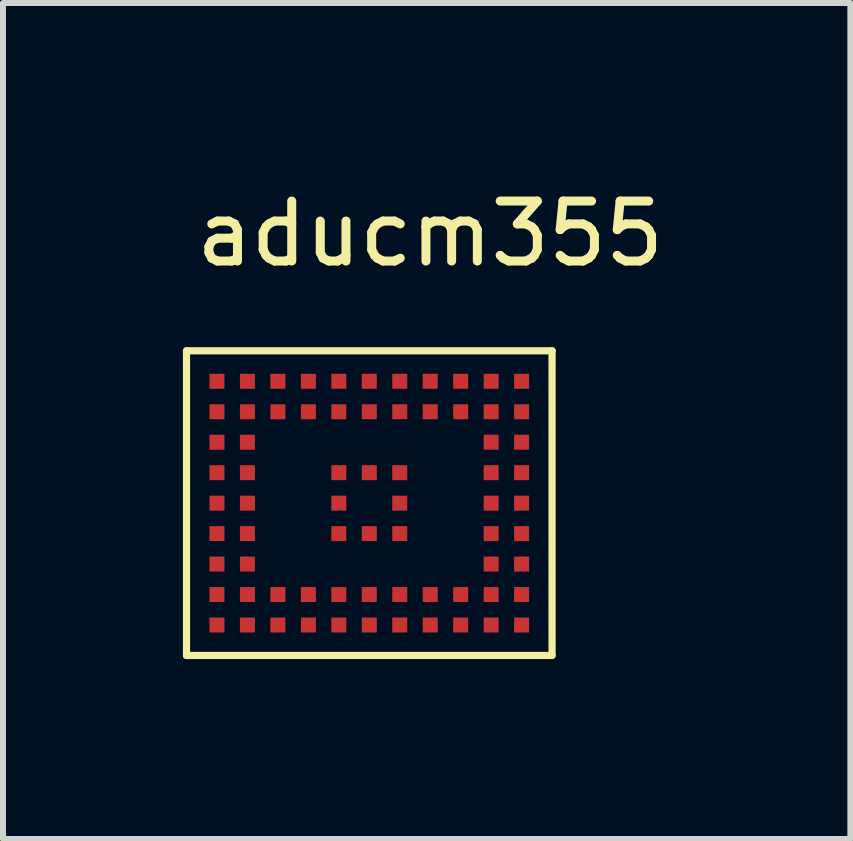
<source format=kicad_pcb>
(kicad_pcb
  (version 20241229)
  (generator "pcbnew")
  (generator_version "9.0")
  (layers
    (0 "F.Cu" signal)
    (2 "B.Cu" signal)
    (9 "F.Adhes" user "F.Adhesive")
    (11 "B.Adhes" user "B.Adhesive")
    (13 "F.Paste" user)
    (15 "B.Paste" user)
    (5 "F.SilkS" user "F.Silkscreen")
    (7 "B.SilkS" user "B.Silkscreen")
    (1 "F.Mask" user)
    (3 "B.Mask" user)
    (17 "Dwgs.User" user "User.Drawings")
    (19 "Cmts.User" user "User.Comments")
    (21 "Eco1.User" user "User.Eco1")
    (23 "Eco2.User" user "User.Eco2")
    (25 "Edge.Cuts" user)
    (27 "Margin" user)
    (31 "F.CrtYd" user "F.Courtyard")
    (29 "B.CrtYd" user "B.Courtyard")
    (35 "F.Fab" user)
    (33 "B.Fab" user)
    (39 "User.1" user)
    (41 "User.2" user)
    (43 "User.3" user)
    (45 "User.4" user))
  (footprint "aducm355"
    (layer "F.Cu")
    (at 4.124 5.848)
    (property "Reference" "aducm355" (at 0 -5 0) (layer "F.SilkS") (effects (font (size 1 1) (thickness 0.15))))
    (attr through_hole)
    (fp_line (start -4.064 -3.048) (end 2.032 -3.048) (stroke (width 0.12) (type solid)) (layer "F.SilkS"))
    (fp_line (start -4.064 2.032) (end -4.064 -3.048) (stroke (width 0.12) (type solid)) (layer "F.SilkS"))
    (fp_line (start 2.032 -3.048) (end 2.032 2.032) (stroke (width 0.12) (type solid)) (layer "F.SilkS"))
    (fp_line (start 2.032 2.032) (end -4.064 2.032) (stroke (width 0.12) (type solid)) (layer "F.SilkS"))
    (pad "A1" smd rect (at -3.556 -2.54) (size 0.25 0.25) (layers "F.Cu" "F.Mask" "F.Paste"))
    (pad "A2" smd rect (at -3.048 -2.54) (size 0.25 0.25) (layers "F.Cu" "F.Mask" "F.Paste"))
    (pad "A3" smd rect (at -2.54 -2.54) (size 0.25 0.25) (layers "F.Cu" "F.Mask" "F.Paste"))
    (pad "A4" smd rect (at -2.032 -2.54) (size 0.25 0.25) (layers "F.Cu" "F.Mask" "F.Paste"))
    (pad "A5" smd rect (at -1.524 -2.54) (size 0.25 0.25) (layers "F.Cu" "F.Mask" "F.Paste"))
    (pad "A6" smd rect (at -1.016 -2.54) (size 0.25 0.25) (layers "F.Cu" "F.Mask" "F.Paste"))
    (pad "A7" smd rect (at -0.508 -2.54) (size 0.25 0.25) (layers "F.Cu" "F.Mask" "F.Paste"))
    (pad "A8" smd rect (at 0 -2.54) (size 0.25 0.25) (layers "F.Cu" "F.Mask" "F.Paste"))
    (pad "A9" smd rect (at 0.508 -2.54) (size 0.25 0.25) (layers "F.Cu" "F.Mask" "F.Paste"))
    (pad "A10" smd rect (at 1.016 -2.54) (size 0.25 0.25) (layers "F.Cu" "F.Mask" "F.Paste"))
    (pad "A11" smd rect (at 1.524 -2.54) (size 0.25 0.25) (layers "F.Cu" "F.Mask" "F.Paste"))
    (pad "B1" smd rect (at -3.556 -2.032) (size 0.25 0.25) (layers "F.Cu" "F.Mask" "F.Paste"))
    (pad "B2" smd rect (at -3.048 -2.032) (size 0.25 0.25) (layers "F.Cu" "F.Mask" "F.Paste"))
    (pad "B3" smd rect (at -2.54 -2.032) (size 0.25 0.25) (layers "F.Cu" "F.Mask" "F.Paste"))
    (pad "B4" smd rect (at -2.032 -2.032) (size 0.25 0.25) (layers "F.Cu" "F.Mask" "F.Paste"))
    (pad "B5" smd rect (at -1.524 -2.032) (size 0.25 0.25) (layers "F.Cu" "F.Mask" "F.Paste"))
    (pad "B6" smd rect (at -1.016 -2.032) (size 0.25 0.25) (layers "F.Cu" "F.Mask" "F.Paste"))
    (pad "B7" smd rect (at -0.508 -2.032) (size 0.25 0.25) (layers "F.Cu" "F.Mask" "F.Paste"))
    (pad "B8" smd rect (at 0 -2.032) (size 0.25 0.25) (layers "F.Cu" "F.Mask" "F.Paste"))
    (pad "B9" smd rect (at 0.508 -2.032) (size 0.25 0.25) (layers "F.Cu" "F.Mask" "F.Paste"))
    (pad "B10" smd rect (at 1.016 -2.032) (size 0.25 0.25) (layers "F.Cu" "F.Mask" "F.Paste"))
    (pad "B11" smd rect (at 1.524 -2.032) (size 0.25 0.25) (layers "F.Cu" "F.Mask" "F.Paste"))
    (pad "C1" smd rect (at -3.556 -1.524 90) (size 0.25 0.25) (layers "F.Cu" "F.Mask" "F.Paste"))
    (pad "C2" smd rect (at -3.048 -1.524 90) (size 0.25 0.25) (layers "F.Cu" "F.Mask" "F.Paste"))
    (pad "C10" smd rect (at 1.016 -1.524 90) (size 0.25 0.25) (layers "F.Cu" "F.Mask" "F.Paste"))
    (pad "C11" smd rect (at 1.524 -1.524 90) (size 0.25 0.25) (layers "F.Cu" "F.Mask" "F.Paste"))
    (pad "D1" smd rect (at -3.556 -1.016 90) (size 0.25 0.25) (layers "F.Cu" "F.Mask" "F.Paste"))
    (pad "D2" smd rect (at -3.048 -1.016 90) (size 0.25 0.25) (layers "F.Cu" "F.Mask" "F.Paste"))
    (pad "D5" smd rect (at -1.524 -1.016) (size 0.25 0.25) (layers "F.Cu" "F.Mask" "F.Paste"))
    (pad "D6" smd rect (at -1.016 -1.016) (size 0.25 0.25) (layers "F.Cu" "F.Mask" "F.Paste"))
    (pad "D7" smd rect (at -0.508 -1.016) (size 0.25 0.25) (layers "F.Cu" "F.Mask" "F.Paste"))
    (pad "D10" smd rect (at 1.016 -1.016 90) (size 0.25 0.25) (layers "F.Cu" "F.Mask" "F.Paste"))
    (pad "D11" smd rect (at 1.524 -1.016 90) (size 0.25 0.25) (layers "F.Cu" "F.Mask" "F.Paste"))
    (pad "E1" smd rect (at -3.556 -0.508 90) (size 0.25 0.25) (layers "F.Cu" "F.Mask" "F.Paste"))
    (pad "E2" smd rect (at -3.048 -0.508 90) (size 0.25 0.25) (layers "F.Cu" "F.Mask" "F.Paste"))
    (pad "E5" smd rect (at -1.524 -0.508) (size 0.25 0.25) (layers "F.Cu" "F.Mask" "F.Paste"))
    (pad "E7" smd rect (at -0.508 -0.508 90) (size 0.25 0.25) (layers "F.Cu" "F.Mask" "F.Paste"))
    (pad "E10" smd rect (at 1.016 -0.508 90) (size 0.25 0.25) (layers "F.Cu" "F.Mask" "F.Paste"))
    (pad "E11" smd rect (at 1.524 -0.508 90) (size 0.25 0.25) (layers "F.Cu" "F.Mask" "F.Paste"))
    (pad "F1" smd rect (at -3.556 0 90) (size 0.25 0.25) (layers "F.Cu" "F.Mask" "F.Paste"))
    (pad "F2" smd rect (at -3.048 0 90) (size 0.25 0.25) (layers "F.Cu" "F.Mask" "F.Paste"))
    (pad "F5" smd rect (at -1.524 0) (size 0.25 0.25) (layers "F.Cu" "F.Mask" "F.Paste"))
    (pad "F6" smd rect (at -1.016 0) (size 0.25 0.25) (layers "F.Cu" "F.Mask" "F.Paste"))
    (pad "F7" smd rect (at -0.508 0) (size 0.25 0.25) (layers "F.Cu" "F.Mask" "F.Paste"))
    (pad "F10" smd rect (at 1.016 0 90) (size 0.25 0.25) (layers "F.Cu" "F.Mask" "F.Paste"))
    (pad "F11" smd rect (at 1.524 0 90) (size 0.25 0.25) (layers "F.Cu" "F.Mask" "F.Paste"))
    (pad "G1" smd rect (at -3.556 0.508 90) (size 0.25 0.25) (layers "F.Cu" "F.Mask" "F.Paste"))
    (pad "G2" smd rect (at -3.048 0.508 90) (size 0.25 0.25) (layers "F.Cu" "F.Mask" "F.Paste"))
    (pad "G10" smd rect (at 1.016 0.508 90) (size 0.25 0.25) (layers "F.Cu" "F.Mask" "F.Paste"))
    (pad "G11" smd rect (at 1.524 0.508 90) (size 0.25 0.25) (layers "F.Cu" "F.Mask" "F.Paste"))
    (pad "H1" smd rect (at -3.556 1.016) (size 0.25 0.25) (layers "F.Cu" "F.Mask" "F.Paste"))
    (pad "H2" smd rect (at -3.048 1.016) (size 0.25 0.25) (layers "F.Cu" "F.Mask" "F.Paste"))
    (pad "H3" smd rect (at -2.54 1.016) (size 0.25 0.25) (layers "F.Cu" "F.Mask" "F.Paste"))
    (pad "H4" smd rect (at -2.032 1.016) (size 0.25 0.25) (layers "F.Cu" "F.Mask" "F.Paste"))
    (pad "H5" smd rect (at -1.524 1.016) (size 0.25 0.25) (layers "F.Cu" "F.Mask" "F.Paste"))
    (pad "H6" smd rect (at -1.016 1.016) (size 0.25 0.25) (layers "F.Cu" "F.Mask" "F.Paste"))
    (pad "H7" smd rect (at -0.508 1.016) (size 0.25 0.25) (layers "F.Cu" "F.Mask" "F.Paste"))
    (pad "H8" smd rect (at 0 1.016) (size 0.25 0.25) (layers "F.Cu" "F.Mask" "F.Paste"))
    (pad "H9" smd rect (at 0.508 1.016) (size 0.25 0.25) (layers "F.Cu" "F.Mask" "F.Paste"))
    (pad "H10" smd rect (at 1.016 1.016) (size 0.25 0.25) (layers "F.Cu" "F.Mask" "F.Paste"))
    (pad "H11" smd rect (at 1.524 1.016) (size 0.25 0.25) (layers "F.Cu" "F.Mask" "F.Paste"))
    (pad "J1" smd rect (at -3.556 1.524) (size 0.25 0.25) (layers "F.Cu" "F.Mask" "F.Paste"))
    (pad "J2" smd rect (at -3.048 1.524) (size 0.25 0.25) (layers "F.Cu" "F.Mask" "F.Paste"))
    (pad "J3" smd rect (at -2.54 1.524) (size 0.25 0.25) (layers "F.Cu" "F.Mask" "F.Paste"))
    (pad "J4" smd rect (at -2.032 1.524) (size 0.25 0.25) (layers "F.Cu" "F.Mask" "F.Paste"))
    (pad "J5" smd rect (at -1.524 1.524) (size 0.25 0.25) (layers "F.Cu" "F.Mask" "F.Paste"))
    (pad "J6" smd rect (at -1.016 1.524) (size 0.25 0.25) (layers "F.Cu" "F.Mask" "F.Paste"))
    (pad "J7" smd rect (at -0.508 1.524) (size 0.25 0.25) (layers "F.Cu" "F.Mask" "F.Paste"))
    (pad "J8" smd rect (at 0 1.524) (size 0.25 0.25) (layers "F.Cu" "F.Mask" "F.Paste"))
    (pad "J9" smd rect (at 0.508 1.524) (size 0.25 0.25) (layers "F.Cu" "F.Mask" "F.Paste"))
    (pad "J10" smd rect (at 1.016 1.524) (size 0.25 0.25) (layers "F.Cu" "F.Mask" "F.Paste"))
    (pad "J11" smd rect (at 1.524 1.524) (size 0.25 0.25) (layers "F.Cu" "F.Mask" "F.Paste")))
  (gr_rect
    (start -3 -3)
    (end 11.13 10.94)
    (stroke (width 0.1) (type default))
    (fill no)
    (layer "Edge.Cuts")))
</source>
